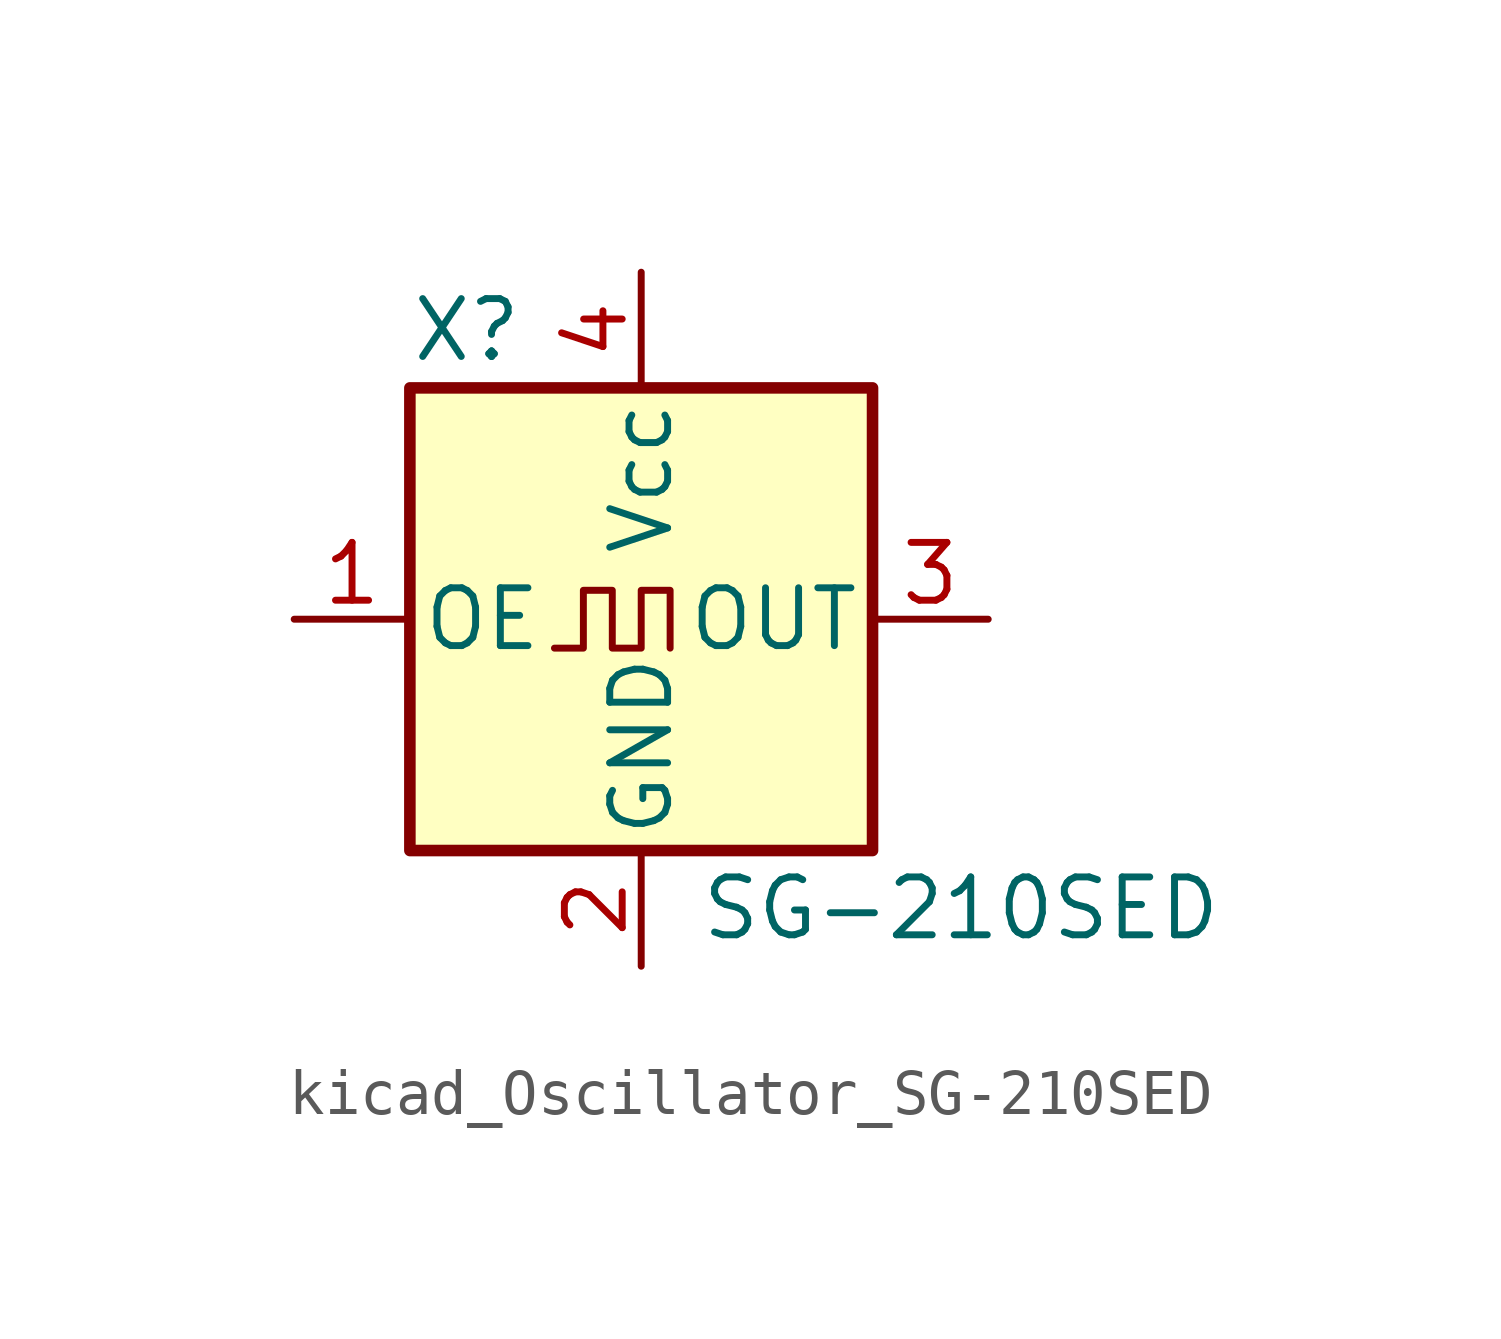
<source format=kicad_sym>
(kicad_symbol_lib
  (version 20220914)
  (generator kicad_symbol_editor)
  (symbol "kicad_Oscillator_SG-210SED"
    (pin_names
      (offset 0.254))
    (property "Reference" "X"
      (at -5.08 6.35 0)
      (effects (font (size 1.27 1.27)) (justify left)))
    (property "Value" "SG-210SED"
      (at 1.27 -6.35 0)
      (effects (font (size 1.27 1.27)) (justify left)))
    (symbol "kicad_Oscillator_SG-210SED_0_1"
      (rectangle (start -5.08 5.08) (end 5.08 -5.08) (stroke (width 0.254) (type default)) (fill (type background)))
      (polyline (pts (xy -1.905 -0.635) (xy -1.27 -0.635) (xy -1.27 0.635) (xy -0.635 0.635) (xy -0.635 -0.635) (xy 0 -0.635) (xy 0 0.635) (xy 0.635 0.635) (xy 0.635 -0.635)) (stroke (width 0) (type default)) (fill (type none))))
    (symbol "kicad_Oscillator_SG-210SED_1_1"
      (pin input line (at -7.62 0 0) (length 2.54) (name "OE" (effects (font (size 1.27 1.27)))) (number "1" (effects (font (size 1.27 1.27)))))
      (pin power_in line (at 0 -7.62 90) (length 2.54) (name "GND" (effects (font (size 1.27 1.27)))) (number "2" (effects (font (size 1.27 1.27)))))
      (pin output line (at 7.62 0 180) (length 2.54) (name "OUT" (effects (font (size 1.27 1.27)))) (number "3" (effects (font (size 1.27 1.27)))))
      (pin power_in line (at 0 7.62 270) (length 2.54) (name "Vcc" (effects (font (size 1.27 1.27)))) (number "4" (effects (font (size 1.27 1.27))))))))
</source>
